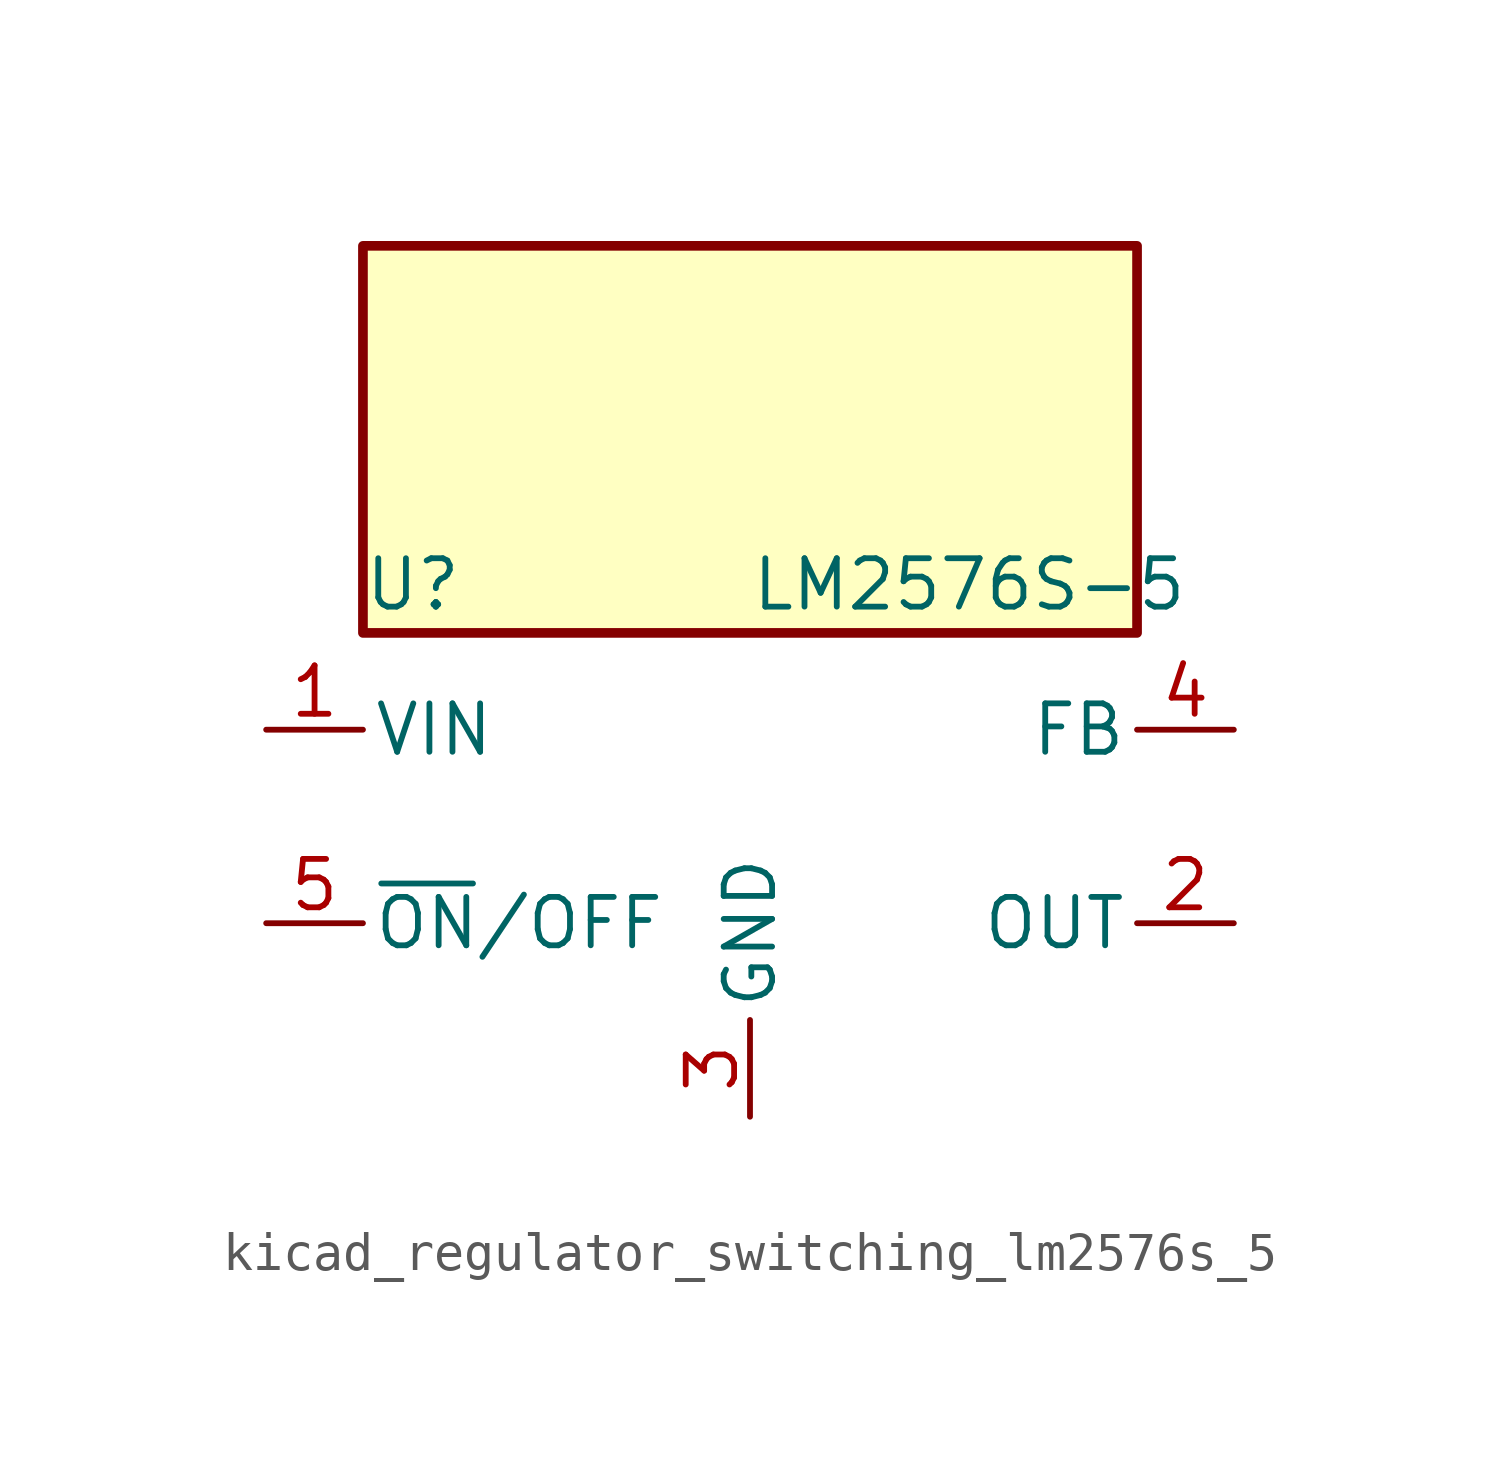
<source format=kicad_sym>
(kicad_symbol_lib
  (version 20220914)
  (generator kicad_symbol_editor)
  (symbol "kicad_regulator_switching_lm2576s_5"
    (pin_names
      (offset 0.254))
    (property "Reference" "U"
      (at -10.16 6.35 0)
      (effects (font (size 1.27 1.27)) (justify left)))
    (property "Value" "LM2576S-5"
      (at 0 6.35 0)
      (effects (font (size 1.27 1.27)) (justify left)))
    (symbol "kicad_regulator_switching_lm2576s_5_0_1"
      (rectangle (start 10.16 15.24) (end -10.16 5.08) (stroke (width 0.254) (type default)) (fill (type background))))
    (symbol "kicad_regulator_switching_lm2576s_5_1_1"
      (pin power_in line (at -12.7 2.54 0) (length 2.54) (name "VIN" (effects (font (size 1.27 1.27)))) (number "1" (effects (font (size 1.27 1.27)))))
      (pin output line (at 12.7 -2.54 180) (length 2.54) (name "OUT" (effects (font (size 1.27 1.27)))) (number "2" (effects (font (size 1.27 1.27)))))
      (pin power_in line (at 0 -7.62 90) (length 2.54) (name "GND" (effects (font (size 1.27 1.27)))) (number "3" (effects (font (size 1.27 1.27)))))
      (pin input line (at 12.7 2.54 180) (length 2.54) (name "FB" (effects (font (size 1.27 1.27)))) (number "4" (effects (font (size 1.27 1.27)))))
      (pin input line (at -12.7 -2.54 0) (length 2.54) (name "~{ON}/OFF" (effects (font (size 1.27 1.27)))) (number "5" (effects (font (size 1.27 1.27))))))))
</source>
